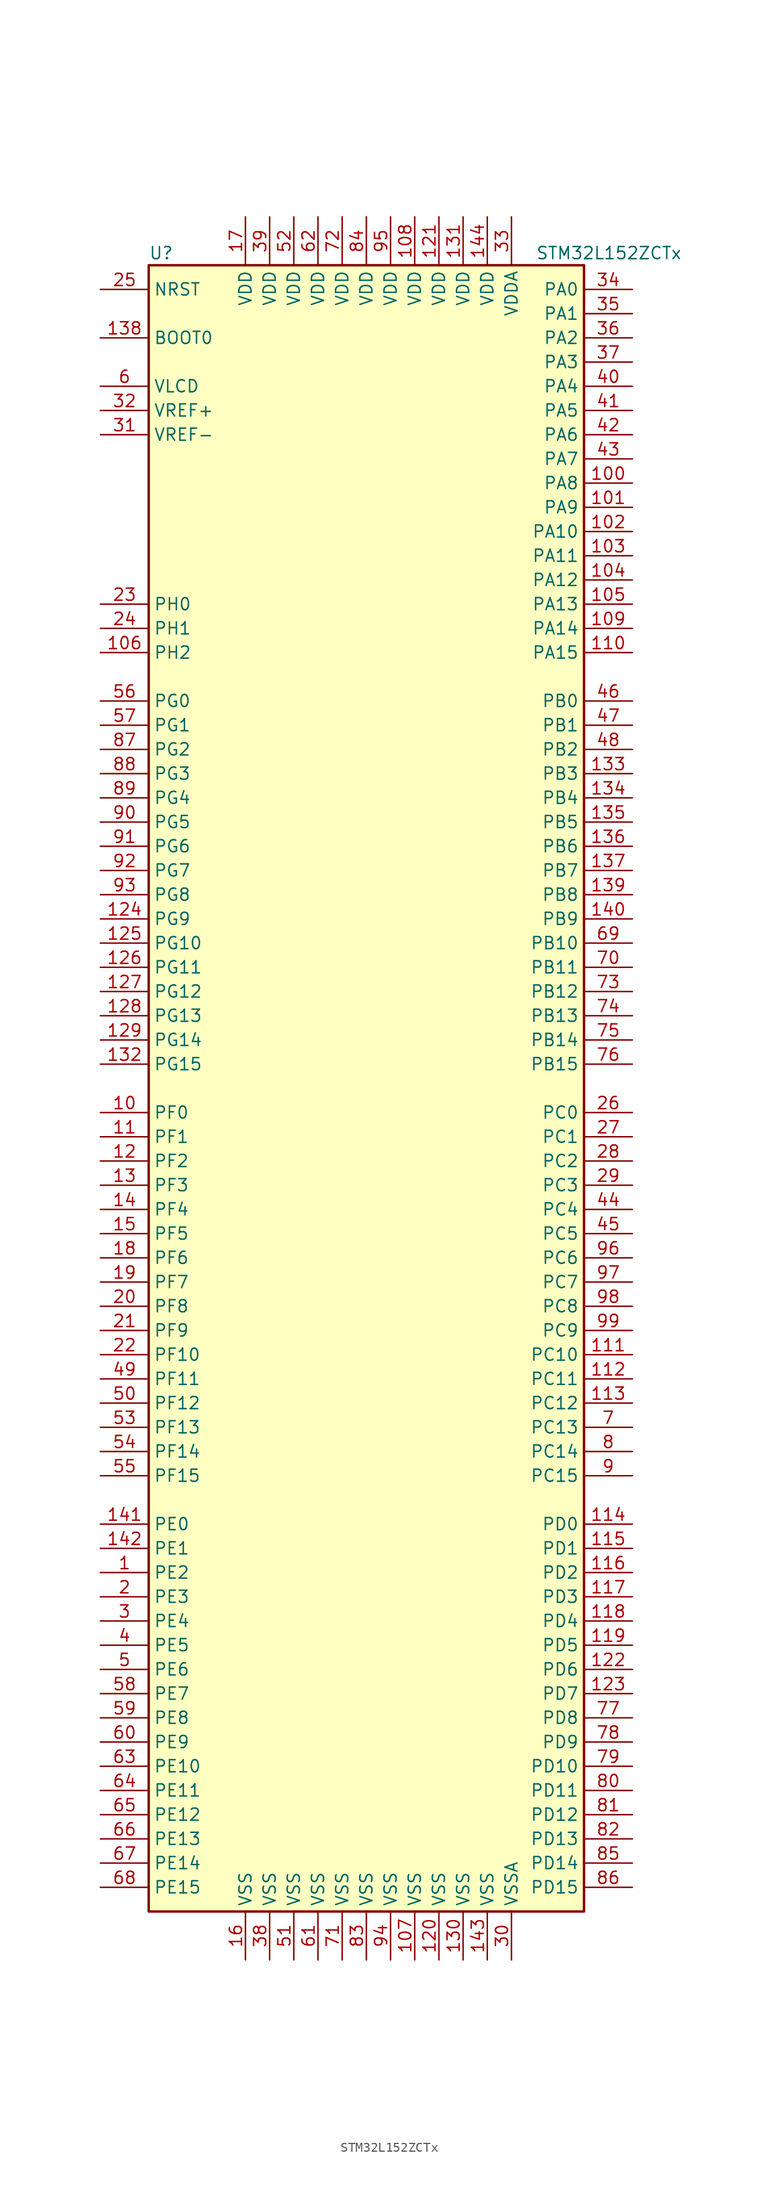
<source format=kicad_sym>
(kicad_symbol_lib
  (version 20201005)
  (generator kicad_symbol_editor)
  (symbol "STM32L152ZCTx"
    (property "Reference" "U"
      (at -22.86 87.63 0)
      (effects (font (size 1.27 1.27)) (justify left)))
    (property "Value" "STM32L152ZCTx"
      (at 17.78 87.63 0)
      (effects (font (size 1.27 1.27)) (justify left)))
    (symbol "STM32L152ZCTx_0_1"
      (rectangle (start -22.86 -86.36) (end 22.86 86.36) (stroke (width 0.254)) (fill (type background))))
    (symbol "STM32L152ZCTx_1_1"
      (pin bidirectional line (at -27.94 -50.8 0) (length 5.08) (name "PE2" (effects (font (size 1.27 1.27)))) (number "1" (effects (font (size 1.27 1.27)))))
      (pin bidirectional line (at -27.94 -2.54 0) (length 5.08) (name "PF0" (effects (font (size 1.27 1.27)))) (number "10" (effects (font (size 1.27 1.27)))))
      (pin bidirectional line (at 27.94 63.5 180) (length 5.08) (name "PA8" (effects (font (size 1.27 1.27)))) (number "100" (effects (font (size 1.27 1.27)))))
      (pin bidirectional line (at 27.94 60.96 180) (length 5.08) (name "PA9" (effects (font (size 1.27 1.27)))) (number "101" (effects (font (size 1.27 1.27)))))
      (pin bidirectional line (at 27.94 58.42 180) (length 5.08) (name "PA10" (effects (font (size 1.27 1.27)))) (number "102" (effects (font (size 1.27 1.27)))))
      (pin bidirectional line (at 27.94 55.88 180) (length 5.08) (name "PA11" (effects (font (size 1.27 1.27)))) (number "103" (effects (font (size 1.27 1.27)))))
      (pin bidirectional line (at 27.94 53.34 180) (length 5.08) (name "PA12" (effects (font (size 1.27 1.27)))) (number "104" (effects (font (size 1.27 1.27)))))
      (pin bidirectional line (at 27.94 50.8 180) (length 5.08) (name "PA13" (effects (font (size 1.27 1.27)))) (number "105" (effects (font (size 1.27 1.27)))))
      (pin bidirectional line (at -27.94 45.72 0) (length 5.08) (name "PH2" (effects (font (size 1.27 1.27)))) (number "106" (effects (font (size 1.27 1.27)))))
      (pin power_in line (at 5.08 -91.44 90) (length 5.08) (name "VSS" (effects (font (size 1.27 1.27)))) (number "107" (effects (font (size 1.27 1.27)))))
      (pin power_in line (at 5.08 91.44 270) (length 5.08) (name "VDD" (effects (font (size 1.27 1.27)))) (number "108" (effects (font (size 1.27 1.27)))))
      (pin bidirectional line (at 27.94 48.26 180) (length 5.08) (name "PA14" (effects (font (size 1.27 1.27)))) (number "109" (effects (font (size 1.27 1.27)))))
      (pin bidirectional line (at -27.94 -5.08 0) (length 5.08) (name "PF1" (effects (font (size 1.27 1.27)))) (number "11" (effects (font (size 1.27 1.27)))))
      (pin bidirectional line (at 27.94 45.72 180) (length 5.08) (name "PA15" (effects (font (size 1.27 1.27)))) (number "110" (effects (font (size 1.27 1.27)))))
      (pin bidirectional line (at 27.94 -27.94 180) (length 5.08) (name "PC10" (effects (font (size 1.27 1.27)))) (number "111" (effects (font (size 1.27 1.27)))))
      (pin bidirectional line (at 27.94 -30.48 180) (length 5.08) (name "PC11" (effects (font (size 1.27 1.27)))) (number "112" (effects (font (size 1.27 1.27)))))
      (pin bidirectional line (at 27.94 -33.02 180) (length 5.08) (name "PC12" (effects (font (size 1.27 1.27)))) (number "113" (effects (font (size 1.27 1.27)))))
      (pin bidirectional line (at 27.94 -45.72 180) (length 5.08) (name "PD0" (effects (font (size 1.27 1.27)))) (number "114" (effects (font (size 1.27 1.27)))))
      (pin bidirectional line (at 27.94 -48.26 180) (length 5.08) (name "PD1" (effects (font (size 1.27 1.27)))) (number "115" (effects (font (size 1.27 1.27)))))
      (pin bidirectional line (at 27.94 -50.8 180) (length 5.08) (name "PD2" (effects (font (size 1.27 1.27)))) (number "116" (effects (font (size 1.27 1.27)))))
      (pin bidirectional line (at 27.94 -53.34 180) (length 5.08) (name "PD3" (effects (font (size 1.27 1.27)))) (number "117" (effects (font (size 1.27 1.27)))))
      (pin bidirectional line (at 27.94 -55.88 180) (length 5.08) (name "PD4" (effects (font (size 1.27 1.27)))) (number "118" (effects (font (size 1.27 1.27)))))
      (pin bidirectional line (at 27.94 -58.42 180) (length 5.08) (name "PD5" (effects (font (size 1.27 1.27)))) (number "119" (effects (font (size 1.27 1.27)))))
      (pin bidirectional line (at -27.94 -7.62 0) (length 5.08) (name "PF2" (effects (font (size 1.27 1.27)))) (number "12" (effects (font (size 1.27 1.27)))))
      (pin power_in line (at 7.62 -91.44 90) (length 5.08) (name "VSS" (effects (font (size 1.27 1.27)))) (number "120" (effects (font (size 1.27 1.27)))))
      (pin power_in line (at 7.62 91.44 270) (length 5.08) (name "VDD" (effects (font (size 1.27 1.27)))) (number "121" (effects (font (size 1.27 1.27)))))
      (pin bidirectional line (at 27.94 -60.96 180) (length 5.08) (name "PD6" (effects (font (size 1.27 1.27)))) (number "122" (effects (font (size 1.27 1.27)))))
      (pin bidirectional line (at 27.94 -63.5 180) (length 5.08) (name "PD7" (effects (font (size 1.27 1.27)))) (number "123" (effects (font (size 1.27 1.27)))))
      (pin bidirectional line (at -27.94 17.78 0) (length 5.08) (name "PG9" (effects (font (size 1.27 1.27)))) (number "124" (effects (font (size 1.27 1.27)))))
      (pin bidirectional line (at -27.94 15.24 0) (length 5.08) (name "PG10" (effects (font (size 1.27 1.27)))) (number "125" (effects (font (size 1.27 1.27)))))
      (pin bidirectional line (at -27.94 12.7 0) (length 5.08) (name "PG11" (effects (font (size 1.27 1.27)))) (number "126" (effects (font (size 1.27 1.27)))))
      (pin bidirectional line (at -27.94 10.16 0) (length 5.08) (name "PG12" (effects (font (size 1.27 1.27)))) (number "127" (effects (font (size 1.27 1.27)))))
      (pin bidirectional line (at -27.94 7.62 0) (length 5.08) (name "PG13" (effects (font (size 1.27 1.27)))) (number "128" (effects (font (size 1.27 1.27)))))
      (pin bidirectional line (at -27.94 5.08 0) (length 5.08) (name "PG14" (effects (font (size 1.27 1.27)))) (number "129" (effects (font (size 1.27 1.27)))))
      (pin bidirectional line (at -27.94 -10.16 0) (length 5.08) (name "PF3" (effects (font (size 1.27 1.27)))) (number "13" (effects (font (size 1.27 1.27)))))
      (pin power_in line (at 10.16 -91.44 90) (length 5.08) (name "VSS" (effects (font (size 1.27 1.27)))) (number "130" (effects (font (size 1.27 1.27)))))
      (pin power_in line (at 10.16 91.44 270) (length 5.08) (name "VDD" (effects (font (size 1.27 1.27)))) (number "131" (effects (font (size 1.27 1.27)))))
      (pin bidirectional line (at -27.94 2.54 0) (length 5.08) (name "PG15" (effects (font (size 1.27 1.27)))) (number "132" (effects (font (size 1.27 1.27)))))
      (pin bidirectional line (at 27.94 33.02 180) (length 5.08) (name "PB3" (effects (font (size 1.27 1.27)))) (number "133" (effects (font (size 1.27 1.27)))))
      (pin bidirectional line (at 27.94 30.48 180) (length 5.08) (name "PB4" (effects (font (size 1.27 1.27)))) (number "134" (effects (font (size 1.27 1.27)))))
      (pin bidirectional line (at 27.94 27.94 180) (length 5.08) (name "PB5" (effects (font (size 1.27 1.27)))) (number "135" (effects (font (size 1.27 1.27)))))
      (pin bidirectional line (at 27.94 25.4 180) (length 5.08) (name "PB6" (effects (font (size 1.27 1.27)))) (number "136" (effects (font (size 1.27 1.27)))))
      (pin bidirectional line (at 27.94 22.86 180) (length 5.08) (name "PB7" (effects (font (size 1.27 1.27)))) (number "137" (effects (font (size 1.27 1.27)))))
      (pin input line (at -27.94 78.74 0) (length 5.08) (name "BOOT0" (effects (font (size 1.27 1.27)))) (number "138" (effects (font (size 1.27 1.27)))))
      (pin bidirectional line (at 27.94 20.32 180) (length 5.08) (name "PB8" (effects (font (size 1.27 1.27)))) (number "139" (effects (font (size 1.27 1.27)))))
      (pin bidirectional line (at -27.94 -12.7 0) (length 5.08) (name "PF4" (effects (font (size 1.27 1.27)))) (number "14" (effects (font (size 1.27 1.27)))))
      (pin bidirectional line (at 27.94 17.78 180) (length 5.08) (name "PB9" (effects (font (size 1.27 1.27)))) (number "140" (effects (font (size 1.27 1.27)))))
      (pin bidirectional line (at -27.94 -45.72 0) (length 5.08) (name "PE0" (effects (font (size 1.27 1.27)))) (number "141" (effects (font (size 1.27 1.27)))))
      (pin bidirectional line (at -27.94 -48.26 0) (length 5.08) (name "PE1" (effects (font (size 1.27 1.27)))) (number "142" (effects (font (size 1.27 1.27)))))
      (pin power_in line (at 12.7 -91.44 90) (length 5.08) (name "VSS" (effects (font (size 1.27 1.27)))) (number "143" (effects (font (size 1.27 1.27)))))
      (pin power_in line (at 12.7 91.44 270) (length 5.08) (name "VDD" (effects (font (size 1.27 1.27)))) (number "144" (effects (font (size 1.27 1.27)))))
      (pin bidirectional line (at -27.94 -15.24 0) (length 5.08) (name "PF5" (effects (font (size 1.27 1.27)))) (number "15" (effects (font (size 1.27 1.27)))))
      (pin power_in line (at -12.7 -91.44 90) (length 5.08) (name "VSS" (effects (font (size 1.27 1.27)))) (number "16" (effects (font (size 1.27 1.27)))))
      (pin power_in line (at -12.7 91.44 270) (length 5.08) (name "VDD" (effects (font (size 1.27 1.27)))) (number "17" (effects (font (size 1.27 1.27)))))
      (pin bidirectional line (at -27.94 -17.78 0) (length 5.08) (name "PF6" (effects (font (size 1.27 1.27)))) (number "18" (effects (font (size 1.27 1.27)))))
      (pin bidirectional line (at -27.94 -20.32 0) (length 5.08) (name "PF7" (effects (font (size 1.27 1.27)))) (number "19" (effects (font (size 1.27 1.27)))))
      (pin bidirectional line (at -27.94 -53.34 0) (length 5.08) (name "PE3" (effects (font (size 1.27 1.27)))) (number "2" (effects (font (size 1.27 1.27)))))
      (pin bidirectional line (at -27.94 -22.86 0) (length 5.08) (name "PF8" (effects (font (size 1.27 1.27)))) (number "20" (effects (font (size 1.27 1.27)))))
      (pin bidirectional line (at -27.94 -25.4 0) (length 5.08) (name "PF9" (effects (font (size 1.27 1.27)))) (number "21" (effects (font (size 1.27 1.27)))))
      (pin bidirectional line (at -27.94 -27.94 0) (length 5.08) (name "PF10" (effects (font (size 1.27 1.27)))) (number "22" (effects (font (size 1.27 1.27)))))
      (pin input line (at -27.94 50.8 0) (length 5.08) (name "PH0" (effects (font (size 1.27 1.27)))) (number "23" (effects (font (size 1.27 1.27)))))
      (pin input line (at -27.94 48.26 0) (length 5.08) (name "PH1" (effects (font (size 1.27 1.27)))) (number "24" (effects (font (size 1.27 1.27)))))
      (pin input line (at -27.94 83.82 0) (length 5.08) (name "NRST" (effects (font (size 1.27 1.27)))) (number "25" (effects (font (size 1.27 1.27)))))
      (pin bidirectional line (at 27.94 -2.54 180) (length 5.08) (name "PC0" (effects (font (size 1.27 1.27)))) (number "26" (effects (font (size 1.27 1.27)))))
      (pin bidirectional line (at 27.94 -5.08 180) (length 5.08) (name "PC1" (effects (font (size 1.27 1.27)))) (number "27" (effects (font (size 1.27 1.27)))))
      (pin bidirectional line (at 27.94 -7.62 180) (length 5.08) (name "PC2" (effects (font (size 1.27 1.27)))) (number "28" (effects (font (size 1.27 1.27)))))
      (pin bidirectional line (at 27.94 -10.16 180) (length 5.08) (name "PC3" (effects (font (size 1.27 1.27)))) (number "29" (effects (font (size 1.27 1.27)))))
      (pin bidirectional line (at -27.94 -55.88 0) (length 5.08) (name "PE4" (effects (font (size 1.27 1.27)))) (number "3" (effects (font (size 1.27 1.27)))))
      (pin power_in line (at 15.24 -91.44 90) (length 5.08) (name "VSSA" (effects (font (size 1.27 1.27)))) (number "30" (effects (font (size 1.27 1.27)))))
      (pin power_in line (at -27.94 68.58 0) (length 5.08) (name "VREF-" (effects (font (size 1.27 1.27)))) (number "31" (effects (font (size 1.27 1.27)))))
      (pin power_in line (at -27.94 71.12 0) (length 5.08) (name "VREF+" (effects (font (size 1.27 1.27)))) (number "32" (effects (font (size 1.27 1.27)))))
      (pin power_in line (at 15.24 91.44 270) (length 5.08) (name "VDDA" (effects (font (size 1.27 1.27)))) (number "33" (effects (font (size 1.27 1.27)))))
      (pin bidirectional line (at 27.94 83.82 180) (length 5.08) (name "PA0" (effects (font (size 1.27 1.27)))) (number "34" (effects (font (size 1.27 1.27)))))
      (pin bidirectional line (at 27.94 81.28 180) (length 5.08) (name "PA1" (effects (font (size 1.27 1.27)))) (number "35" (effects (font (size 1.27 1.27)))))
      (pin bidirectional line (at 27.94 78.74 180) (length 5.08) (name "PA2" (effects (font (size 1.27 1.27)))) (number "36" (effects (font (size 1.27 1.27)))))
      (pin bidirectional line (at 27.94 76.2 180) (length 5.08) (name "PA3" (effects (font (size 1.27 1.27)))) (number "37" (effects (font (size 1.27 1.27)))))
      (pin power_in line (at -10.16 -91.44 90) (length 5.08) (name "VSS" (effects (font (size 1.27 1.27)))) (number "38" (effects (font (size 1.27 1.27)))))
      (pin power_in line (at -10.16 91.44 270) (length 5.08) (name "VDD" (effects (font (size 1.27 1.27)))) (number "39" (effects (font (size 1.27 1.27)))))
      (pin bidirectional line (at -27.94 -58.42 0) (length 5.08) (name "PE5" (effects (font (size 1.27 1.27)))) (number "4" (effects (font (size 1.27 1.27)))))
      (pin bidirectional line (at 27.94 73.66 180) (length 5.08) (name "PA4" (effects (font (size 1.27 1.27)))) (number "40" (effects (font (size 1.27 1.27)))))
      (pin bidirectional line (at 27.94 71.12 180) (length 5.08) (name "PA5" (effects (font (size 1.27 1.27)))) (number "41" (effects (font (size 1.27 1.27)))))
      (pin bidirectional line (at 27.94 68.58 180) (length 5.08) (name "PA6" (effects (font (size 1.27 1.27)))) (number "42" (effects (font (size 1.27 1.27)))))
      (pin bidirectional line (at 27.94 66.04 180) (length 5.08) (name "PA7" (effects (font (size 1.27 1.27)))) (number "43" (effects (font (size 1.27 1.27)))))
      (pin bidirectional line (at 27.94 -12.7 180) (length 5.08) (name "PC4" (effects (font (size 1.27 1.27)))) (number "44" (effects (font (size 1.27 1.27)))))
      (pin bidirectional line (at 27.94 -15.24 180) (length 5.08) (name "PC5" (effects (font (size 1.27 1.27)))) (number "45" (effects (font (size 1.27 1.27)))))
      (pin bidirectional line (at 27.94 40.64 180) (length 5.08) (name "PB0" (effects (font (size 1.27 1.27)))) (number "46" (effects (font (size 1.27 1.27)))))
      (pin bidirectional line (at 27.94 38.1 180) (length 5.08) (name "PB1" (effects (font (size 1.27 1.27)))) (number "47" (effects (font (size 1.27 1.27)))))
      (pin bidirectional line (at 27.94 35.56 180) (length 5.08) (name "PB2" (effects (font (size 1.27 1.27)))) (number "48" (effects (font (size 1.27 1.27)))))
      (pin bidirectional line (at -27.94 -30.48 0) (length 5.08) (name "PF11" (effects (font (size 1.27 1.27)))) (number "49" (effects (font (size 1.27 1.27)))))
      (pin bidirectional line (at -27.94 -60.96 0) (length 5.08) (name "PE6" (effects (font (size 1.27 1.27)))) (number "5" (effects (font (size 1.27 1.27)))))
      (pin bidirectional line (at -27.94 -33.02 0) (length 5.08) (name "PF12" (effects (font (size 1.27 1.27)))) (number "50" (effects (font (size 1.27 1.27)))))
      (pin power_in line (at -7.62 -91.44 90) (length 5.08) (name "VSS" (effects (font (size 1.27 1.27)))) (number "51" (effects (font (size 1.27 1.27)))))
      (pin power_in line (at -7.62 91.44 270) (length 5.08) (name "VDD" (effects (font (size 1.27 1.27)))) (number "52" (effects (font (size 1.27 1.27)))))
      (pin bidirectional line (at -27.94 -35.56 0) (length 5.08) (name "PF13" (effects (font (size 1.27 1.27)))) (number "53" (effects (font (size 1.27 1.27)))))
      (pin bidirectional line (at -27.94 -38.1 0) (length 5.08) (name "PF14" (effects (font (size 1.27 1.27)))) (number "54" (effects (font (size 1.27 1.27)))))
      (pin bidirectional line (at -27.94 -40.64 0) (length 5.08) (name "PF15" (effects (font (size 1.27 1.27)))) (number "55" (effects (font (size 1.27 1.27)))))
      (pin bidirectional line (at -27.94 40.64 0) (length 5.08) (name "PG0" (effects (font (size 1.27 1.27)))) (number "56" (effects (font (size 1.27 1.27)))))
      (pin bidirectional line (at -27.94 38.1 0) (length 5.08) (name "PG1" (effects (font (size 1.27 1.27)))) (number "57" (effects (font (size 1.27 1.27)))))
      (pin bidirectional line (at -27.94 -63.5 0) (length 5.08) (name "PE7" (effects (font (size 1.27 1.27)))) (number "58" (effects (font (size 1.27 1.27)))))
      (pin bidirectional line (at -27.94 -66.04 0) (length 5.08) (name "PE8" (effects (font (size 1.27 1.27)))) (number "59" (effects (font (size 1.27 1.27)))))
      (pin power_in line (at -27.94 73.66 0) (length 5.08) (name "VLCD" (effects (font (size 1.27 1.27)))) (number "6" (effects (font (size 1.27 1.27)))))
      (pin bidirectional line (at -27.94 -68.58 0) (length 5.08) (name "PE9" (effects (font (size 1.27 1.27)))) (number "60" (effects (font (size 1.27 1.27)))))
      (pin power_in line (at -5.08 -91.44 90) (length 5.08) (name "VSS" (effects (font (size 1.27 1.27)))) (number "61" (effects (font (size 1.27 1.27)))))
      (pin power_in line (at -5.08 91.44 270) (length 5.08) (name "VDD" (effects (font (size 1.27 1.27)))) (number "62" (effects (font (size 1.27 1.27)))))
      (pin bidirectional line (at -27.94 -71.12 0) (length 5.08) (name "PE10" (effects (font (size 1.27 1.27)))) (number "63" (effects (font (size 1.27 1.27)))))
      (pin bidirectional line (at -27.94 -73.66 0) (length 5.08) (name "PE11" (effects (font (size 1.27 1.27)))) (number "64" (effects (font (size 1.27 1.27)))))
      (pin bidirectional line (at -27.94 -76.2 0) (length 5.08) (name "PE12" (effects (font (size 1.27 1.27)))) (number "65" (effects (font (size 1.27 1.27)))))
      (pin bidirectional line (at -27.94 -78.74 0) (length 5.08) (name "PE13" (effects (font (size 1.27 1.27)))) (number "66" (effects (font (size 1.27 1.27)))))
      (pin bidirectional line (at -27.94 -81.28 0) (length 5.08) (name "PE14" (effects (font (size 1.27 1.27)))) (number "67" (effects (font (size 1.27 1.27)))))
      (pin bidirectional line (at -27.94 -83.82 0) (length 5.08) (name "PE15" (effects (font (size 1.27 1.27)))) (number "68" (effects (font (size 1.27 1.27)))))
      (pin bidirectional line (at 27.94 15.24 180) (length 5.08) (name "PB10" (effects (font (size 1.27 1.27)))) (number "69" (effects (font (size 1.27 1.27)))))
      (pin bidirectional line (at 27.94 -35.56 180) (length 5.08) (name "PC13" (effects (font (size 1.27 1.27)))) (number "7" (effects (font (size 1.27 1.27)))))
      (pin bidirectional line (at 27.94 12.7 180) (length 5.08) (name "PB11" (effects (font (size 1.27 1.27)))) (number "70" (effects (font (size 1.27 1.27)))))
      (pin power_in line (at -2.54 -91.44 90) (length 5.08) (name "VSS" (effects (font (size 1.27 1.27)))) (number "71" (effects (font (size 1.27 1.27)))))
      (pin power_in line (at -2.54 91.44 270) (length 5.08) (name "VDD" (effects (font (size 1.27 1.27)))) (number "72" (effects (font (size 1.27 1.27)))))
      (pin bidirectional line (at 27.94 10.16 180) (length 5.08) (name "PB12" (effects (font (size 1.27 1.27)))) (number "73" (effects (font (size 1.27 1.27)))))
      (pin bidirectional line (at 27.94 7.62 180) (length 5.08) (name "PB13" (effects (font (size 1.27 1.27)))) (number "74" (effects (font (size 1.27 1.27)))))
      (pin bidirectional line (at 27.94 5.08 180) (length 5.08) (name "PB14" (effects (font (size 1.27 1.27)))) (number "75" (effects (font (size 1.27 1.27)))))
      (pin bidirectional line (at 27.94 2.54 180) (length 5.08) (name "PB15" (effects (font (size 1.27 1.27)))) (number "76" (effects (font (size 1.27 1.27)))))
      (pin bidirectional line (at 27.94 -66.04 180) (length 5.08) (name "PD8" (effects (font (size 1.27 1.27)))) (number "77" (effects (font (size 1.27 1.27)))))
      (pin bidirectional line (at 27.94 -68.58 180) (length 5.08) (name "PD9" (effects (font (size 1.27 1.27)))) (number "78" (effects (font (size 1.27 1.27)))))
      (pin bidirectional line (at 27.94 -71.12 180) (length 5.08) (name "PD10" (effects (font (size 1.27 1.27)))) (number "79" (effects (font (size 1.27 1.27)))))
      (pin bidirectional line (at 27.94 -38.1 180) (length 5.08) (name "PC14" (effects (font (size 1.27 1.27)))) (number "8" (effects (font (size 1.27 1.27)))))
      (pin bidirectional line (at 27.94 -73.66 180) (length 5.08) (name "PD11" (effects (font (size 1.27 1.27)))) (number "80" (effects (font (size 1.27 1.27)))))
      (pin bidirectional line (at 27.94 -76.2 180) (length 5.08) (name "PD12" (effects (font (size 1.27 1.27)))) (number "81" (effects (font (size 1.27 1.27)))))
      (pin bidirectional line (at 27.94 -78.74 180) (length 5.08) (name "PD13" (effects (font (size 1.27 1.27)))) (number "82" (effects (font (size 1.27 1.27)))))
      (pin power_in line (at 0 -91.44 90) (length 5.08) (name "VSS" (effects (font (size 1.27 1.27)))) (number "83" (effects (font (size 1.27 1.27)))))
      (pin power_in line (at 0 91.44 270) (length 5.08) (name "VDD" (effects (font (size 1.27 1.27)))) (number "84" (effects (font (size 1.27 1.27)))))
      (pin bidirectional line (at 27.94 -81.28 180) (length 5.08) (name "PD14" (effects (font (size 1.27 1.27)))) (number "85" (effects (font (size 1.27 1.27)))))
      (pin bidirectional line (at 27.94 -83.82 180) (length 5.08) (name "PD15" (effects (font (size 1.27 1.27)))) (number "86" (effects (font (size 1.27 1.27)))))
      (pin bidirectional line (at -27.94 35.56 0) (length 5.08) (name "PG2" (effects (font (size 1.27 1.27)))) (number "87" (effects (font (size 1.27 1.27)))))
      (pin bidirectional line (at -27.94 33.02 0) (length 5.08) (name "PG3" (effects (font (size 1.27 1.27)))) (number "88" (effects (font (size 1.27 1.27)))))
      (pin bidirectional line (at -27.94 30.48 0) (length 5.08) (name "PG4" (effects (font (size 1.27 1.27)))) (number "89" (effects (font (size 1.27 1.27)))))
      (pin bidirectional line (at 27.94 -40.64 180) (length 5.08) (name "PC15" (effects (font (size 1.27 1.27)))) (number "9" (effects (font (size 1.27 1.27)))))
      (pin bidirectional line (at -27.94 27.94 0) (length 5.08) (name "PG5" (effects (font (size 1.27 1.27)))) (number "90" (effects (font (size 1.27 1.27)))))
      (pin bidirectional line (at -27.94 25.4 0) (length 5.08) (name "PG6" (effects (font (size 1.27 1.27)))) (number "91" (effects (font (size 1.27 1.27)))))
      (pin bidirectional line (at -27.94 22.86 0) (length 5.08) (name "PG7" (effects (font (size 1.27 1.27)))) (number "92" (effects (font (size 1.27 1.27)))))
      (pin bidirectional line (at -27.94 20.32 0) (length 5.08) (name "PG8" (effects (font (size 1.27 1.27)))) (number "93" (effects (font (size 1.27 1.27)))))
      (pin power_in line (at 2.54 -91.44 90) (length 5.08) (name "VSS" (effects (font (size 1.27 1.27)))) (number "94" (effects (font (size 1.27 1.27)))))
      (pin power_in line (at 2.54 91.44 270) (length 5.08) (name "VDD" (effects (font (size 1.27 1.27)))) (number "95" (effects (font (size 1.27 1.27)))))
      (pin bidirectional line (at 27.94 -17.78 180) (length 5.08) (name "PC6" (effects (font (size 1.27 1.27)))) (number "96" (effects (font (size 1.27 1.27)))))
      (pin bidirectional line (at 27.94 -20.32 180) (length 5.08) (name "PC7" (effects (font (size 1.27 1.27)))) (number "97" (effects (font (size 1.27 1.27)))))
      (pin bidirectional line (at 27.94 -22.86 180) (length 5.08) (name "PC8" (effects (font (size 1.27 1.27)))) (number "98" (effects (font (size 1.27 1.27)))))
      (pin bidirectional line (at 27.94 -25.4 180) (length 5.08) (name "PC9" (effects (font (size 1.27 1.27)))) (number "99" (effects (font (size 1.27 1.27))))))))
</source>
